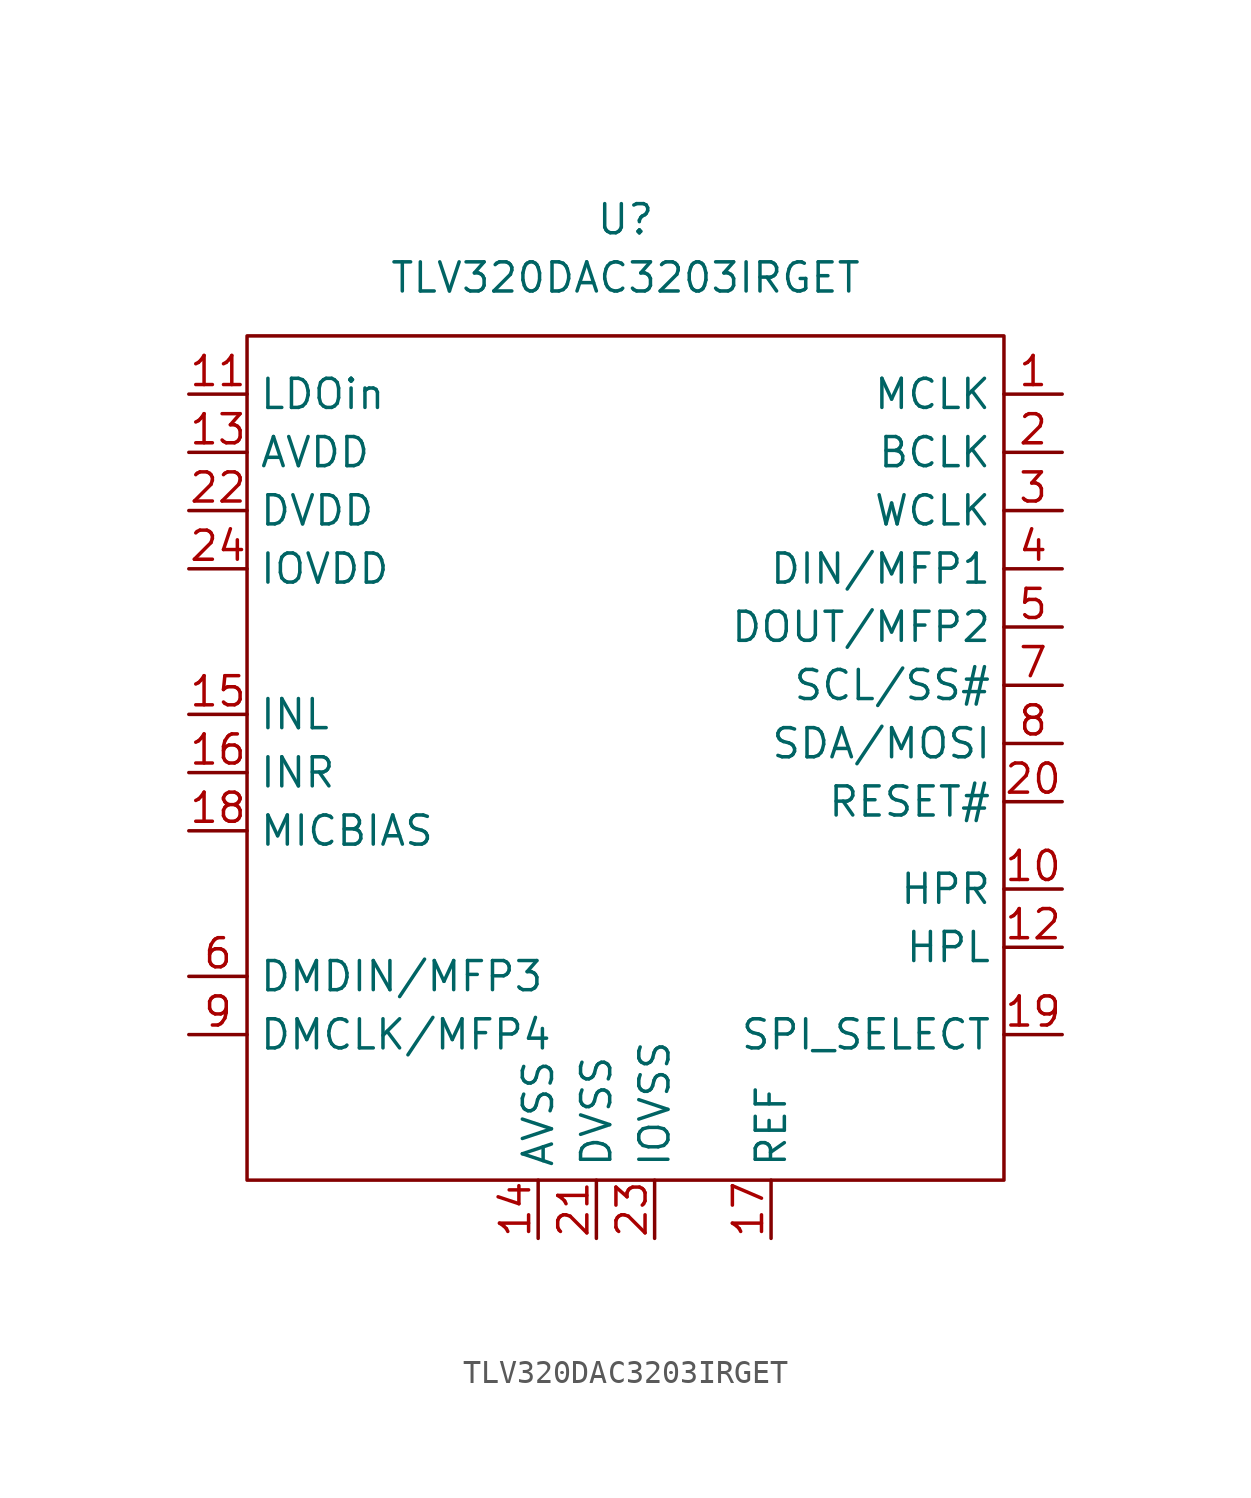
<source format=kicad_sym>
(kicad_symbol_lib
  (version 20220914)
  (generator kicad_symbol_editor)
  (symbol "TLV320DAC3203IRGET"
    (property "Reference" "U"
      (at 0 -2.54 0)
      (effects (font (size 1.27 1.27))))
    (property "Value" "TLV320DAC3203IRGET"
      (at 0 -5.08 0)
      (effects (font (size 1.27 1.27))))
    (symbol "TLV320DAC3203IRGET_0_1"
      (rectangle (start -16.51 -7.62) (end 16.51 -44.45) (stroke (width 0) (type default)) (fill (type none))))
    (symbol "TLV320DAC3203IRGET_1_1"
      (pin input line (at 19.05 -10.16 180) (length 2.54) (name "MCLK" (effects (font (size 1.27 1.27)))) (number "1" (effects (font (size 1.27 1.27)))))
      (pin output line (at 19.05 -31.75 180) (length 2.54) (name "HPR" (effects (font (size 1.27 1.27)))) (number "10" (effects (font (size 1.27 1.27)))))
      (pin power_in line (at -19.05 -10.16 0) (length 2.54) (name "LDOin" (effects (font (size 1.27 1.27)))) (number "11" (effects (font (size 1.27 1.27)))))
      (pin output line (at 19.05 -34.29 180) (length 2.54) (name "HPL" (effects (font (size 1.27 1.27)))) (number "12" (effects (font (size 1.27 1.27)))))
      (pin power_out line (at -19.05 -12.7 0) (length 2.54) (name "AVDD" (effects (font (size 1.27 1.27)))) (number "13" (effects (font (size 1.27 1.27)))))
      (pin power_in line (at -3.81 -46.99 90) (length 2.54) (name "AVSS" (effects (font (size 1.27 1.27)))) (number "14" (effects (font (size 1.27 1.27)))))
      (pin input line (at -19.05 -24.13 0) (length 2.54) (name "INL" (effects (font (size 1.27 1.27)))) (number "15" (effects (font (size 1.27 1.27)))))
      (pin input line (at -19.05 -26.67 0) (length 2.54) (name "INR" (effects (font (size 1.27 1.27)))) (number "16" (effects (font (size 1.27 1.27)))))
      (pin output line (at 6.35 -46.99 90) (length 2.54) (name "REF" (effects (font (size 1.27 1.27)))) (number "17" (effects (font (size 1.27 1.27)))))
      (pin output line (at -19.05 -29.21 0) (length 2.54) (name "MICBIAS" (effects (font (size 1.27 1.27)))) (number "18" (effects (font (size 1.27 1.27)))))
      (pin input line (at 19.05 -38.1 180) (length 2.54) (name "SPI_SELECT" (effects (font (size 1.27 1.27)))) (number "19" (effects (font (size 1.27 1.27)))))
      (pin bidirectional line (at 19.05 -12.7 180) (length 2.54) (name "BCLK" (effects (font (size 1.27 1.27)))) (number "2" (effects (font (size 1.27 1.27)))))
      (pin input line (at 19.05 -27.94 180) (length 2.54) (name "RESET#" (effects (font (size 1.27 1.27)))) (number "20" (effects (font (size 1.27 1.27)))))
      (pin power_in line (at -1.27 -46.99 90) (length 2.54) (name "DVSS" (effects (font (size 1.27 1.27)))) (number "21" (effects (font (size 1.27 1.27)))))
      (pin power_in line (at -19.05 -15.24 0) (length 2.54) (name "DVDD" (effects (font (size 1.27 1.27)))) (number "22" (effects (font (size 1.27 1.27)))))
      (pin power_in line (at 1.27 -46.99 90) (length 2.54) (name "IOVSS" (effects (font (size 1.27 1.27)))) (number "23" (effects (font (size 1.27 1.27)))))
      (pin power_in line (at -19.05 -17.78 0) (length 2.54) (name "IOVDD" (effects (font (size 1.27 1.27)))) (number "24" (effects (font (size 1.27 1.27)))))
      (pin bidirectional line (at 19.05 -15.24 180) (length 2.54) (name "WCLK" (effects (font (size 1.27 1.27)))) (number "3" (effects (font (size 1.27 1.27)))))
      (pin input line (at 19.05 -17.78 180) (length 2.54) (name "DIN/MFP1" (effects (font (size 1.27 1.27)))) (number "4" (effects (font (size 1.27 1.27)))))
      (pin output line (at 19.05 -20.32 180) (length 2.54) (name "DOUT/MFP2" (effects (font (size 1.27 1.27)))) (number "5" (effects (font (size 1.27 1.27)))))
      (pin input line (at -19.05 -35.56 0) (length 2.54) (name "DMDIN/MFP3" (effects (font (size 1.27 1.27)))) (number "6" (effects (font (size 1.27 1.27)))))
      (pin input line (at 19.05 -22.86 180) (length 2.54) (name "SCL/SS#" (effects (font (size 1.27 1.27)))) (number "7" (effects (font (size 1.27 1.27)))))
      (pin bidirectional line (at 19.05 -25.4 180) (length 2.54) (name "SDA/MOSI" (effects (font (size 1.27 1.27)))) (number "8" (effects (font (size 1.27 1.27)))))
      (pin output line (at -19.05 -38.1 0) (length 2.54) (name "DMCLK/MFP4" (effects (font (size 1.27 1.27)))) (number "9" (effects (font (size 1.27 1.27))))))))
</source>
